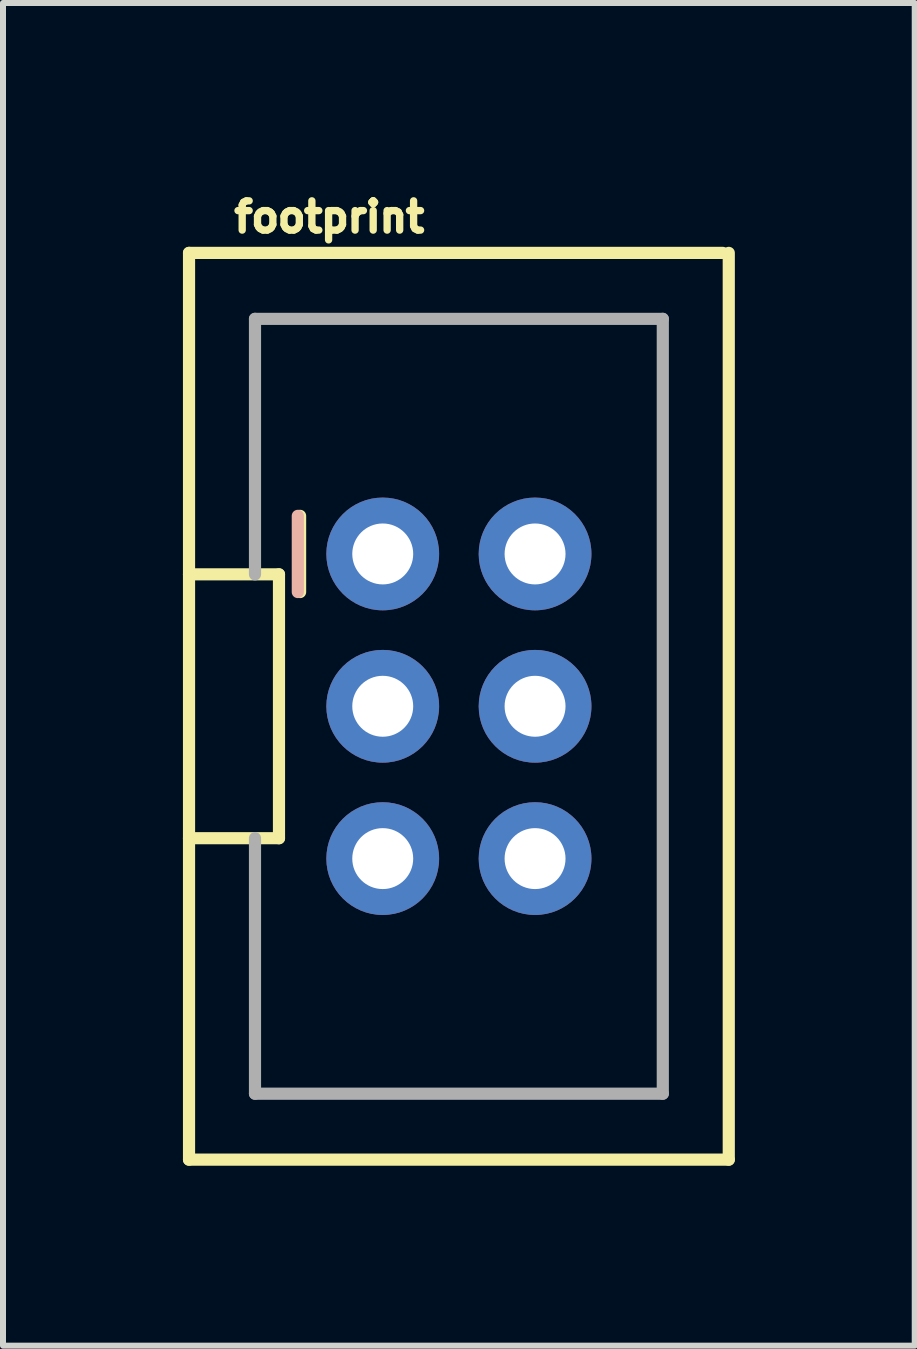
<source format=kicad_pcb>
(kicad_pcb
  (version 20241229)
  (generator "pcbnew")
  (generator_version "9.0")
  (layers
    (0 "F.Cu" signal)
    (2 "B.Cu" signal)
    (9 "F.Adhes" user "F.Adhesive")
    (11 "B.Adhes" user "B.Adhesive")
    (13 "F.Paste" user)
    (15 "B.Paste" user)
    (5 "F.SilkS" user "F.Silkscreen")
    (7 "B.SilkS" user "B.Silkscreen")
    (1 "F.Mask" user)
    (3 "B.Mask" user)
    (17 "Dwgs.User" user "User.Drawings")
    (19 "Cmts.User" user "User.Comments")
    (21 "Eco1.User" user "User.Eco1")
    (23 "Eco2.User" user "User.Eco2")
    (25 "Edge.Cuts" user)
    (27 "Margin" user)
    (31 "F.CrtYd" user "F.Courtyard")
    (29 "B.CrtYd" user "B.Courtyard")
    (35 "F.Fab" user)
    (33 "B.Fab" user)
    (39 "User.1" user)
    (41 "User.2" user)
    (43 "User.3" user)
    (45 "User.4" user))
  (footprint "footprint"
    (layer "F.Cu")
    (at 4.602 8.727)
    (property "Reference" "footprint" (at -3.81 -7.874 0) (layer "F.SilkS") (effects (font (size 0.488 0.488) (thickness 0.122)) (justify left bottom)))
    (fp_line (start -4.5 -7.56) (end 4.4 -7.56) (stroke (width 0.203) (type solid)) (layer "F.SilkS"))
    (fp_line (start -4.5 -2.2) (end -4.5 -7.56) (stroke (width 0.203) (type solid)) (layer "F.SilkS"))
    (fp_line (start -4.5 -2.2) (end -3 -2.2) (stroke (width 0.203) (type solid)) (layer "F.SilkS"))
    (fp_line (start -4.5 2.2) (end -4.5 -2.2) (stroke (width 0.203) (type solid)) (layer "F.SilkS"))
    (fp_line (start -4.5 7.56) (end -4.5 2.2) (stroke (width 0.203) (type solid)) (layer "F.SilkS"))
    (fp_line (start -3 -2.2) (end -3 2.2) (stroke (width 0.203) (type solid)) (layer "F.SilkS"))
    (fp_line (start -3 2.2) (end -4.5 2.2) (stroke (width 0.203) (type solid)) (layer "F.SilkS"))
    (fp_line (start -2.648 -3.175) (end -2.648 -1.905) (stroke (width 0.203) (type solid)) (layer "F.SilkS"))
    (fp_line (start 4.5 -7.56) (end 4.5 7.56) (stroke (width 0.203) (type solid)) (layer "F.SilkS"))
    (fp_line (start 4.5 7.56) (end -4.5 7.56) (stroke (width 0.203) (type solid)) (layer "F.SilkS"))
    (fp_line (start -2.686 -3.175) (end -2.686 -1.905) (stroke (width 0.203) (type solid)) (layer "B.SilkS"))
    (fp_line (start -3.4 -6.46) (end -3.4 -2.2) (stroke (width 0.203) (type solid)) (layer "F.Fab"))
    (fp_line (start -3.4 -6.46) (end 3.4 -6.46) (stroke (width 0.203) (type solid)) (layer "F.Fab"))
    (fp_line (start -3.4 6.46) (end -3.4 2.2) (stroke (width 0.203) (type solid)) (layer "F.Fab"))
    (fp_line (start -3.4 6.46) (end 3.4 6.46) (stroke (width 0.203) (type solid)) (layer "F.Fab"))
    (fp_line (start 3.4 -6.46) (end 3.4 6.46) (stroke (width 0.203) (type solid)) (layer "F.Fab"))
    (fp_poly (pts (xy -1.524 -2.286) (xy -1.016 -2.286) (xy -1.016 -2.794) (xy -1.524 -2.794)) (stroke (width 0.1) (type solid)) (fill no) (layer "F.Fab"))
    (fp_poly (pts (xy -1.524 0.254) (xy -1.016 0.254) (xy -1.016 -0.254) (xy -1.524 -0.254)) (stroke (width 0.1) (type solid)) (fill no) (layer "F.Fab"))
    (fp_poly (pts (xy -1.524 2.794) (xy -1.016 2.794) (xy -1.016 2.286) (xy -1.524 2.286)) (stroke (width 0.1) (type solid)) (fill no) (layer "F.Fab"))
    (fp_poly (pts (xy -1.524 2.794) (xy -1.016 2.794) (xy -1.016 2.286) (xy -1.524 2.286)) (stroke (width 0.1) (type solid)) (fill no) (layer "F.Fab"))
    (fp_poly (pts (xy 1.016 -2.286) (xy 1.524 -2.286) (xy 1.524 -2.794) (xy 1.016 -2.794)) (stroke (width 0.1) (type solid)) (fill no) (layer "F.Fab"))
    (fp_poly (pts (xy 1.016 0.254) (xy 1.524 0.254) (xy 1.524 -0.254) (xy 1.016 -0.254)) (stroke (width 0.1) (type solid)) (fill no) (layer "F.Fab"))
    (fp_poly (pts (xy 1.016 2.794) (xy 1.524 2.794) (xy 1.524 2.286) (xy 1.016 2.286)) (stroke (width 0.1) (type solid)) (fill no) (layer "F.Fab"))
    (fp_poly (pts (xy 1.016 2.794) (xy 1.524 2.794) (xy 1.524 2.286) (xy 1.016 2.286)) (stroke (width 0.1) (type solid)) (fill no) (layer "F.Fab"))
    (pad "1" thru_hole circle (at -1.27 -2.54 270) (size 1.88 1.88) (drill 1.016) (layers "*.Cu" "*.Mask"))
    (pad "2" thru_hole circle (at 1.27 -2.54 270) (size 1.88 1.88) (drill 1.016) (layers "*.Cu" "*.Mask"))
    (pad "3" thru_hole circle (at -1.27 0 270) (size 1.88 1.88) (drill 1.016) (layers "*.Cu" "*.Mask"))
    (pad "4" thru_hole circle (at 1.27 0 270) (size 1.88 1.88) (drill 1.016) (layers "*.Cu" "*.Mask"))
    (pad "5" thru_hole circle (at -1.27 2.54 270) (size 1.88 1.88) (drill 1.016) (layers "*.Cu" "*.Mask"))
    (pad "6" thru_hole circle (at 1.27 2.54 270) (size 1.88 1.88) (drill 1.016) (layers "*.Cu" "*.Mask")))
  (gr_rect
    (start -3 -3)
    (end 12.203 19.389)
    (stroke (width 0.1) (type default))
    (fill no)
    (layer "Edge.Cuts")))
</source>
